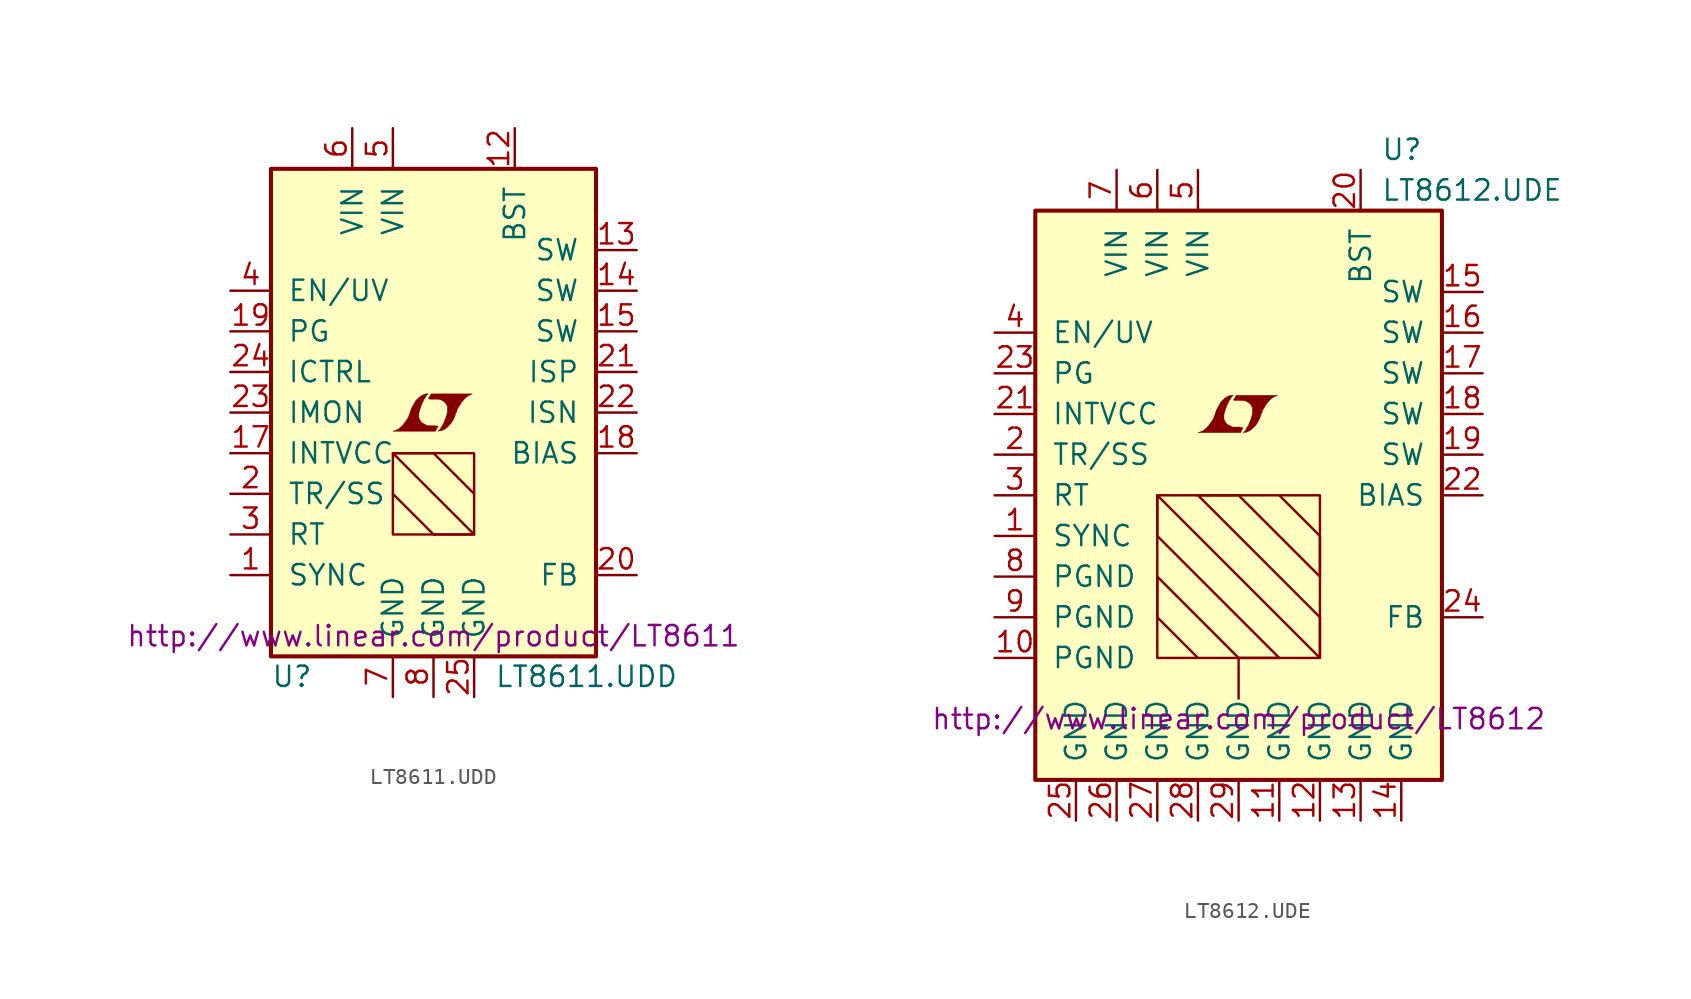
<source format=kicad_sym>
(kicad_symbol_lib
  (version 20201005)
  (generator kicad_symbol_editor)
  (symbol "LT8611.UDD"
    (pin_names
      (offset 1.016))
    (property "Reference" "U"
      (at -10.16 -16.51 0)
      (effects (font (size 1.27 1.27)) (justify left)))
    (property "Value" "LT8611.UDD"
      (at 3.81 -16.51 0)
      (effects (font (size 1.27 1.27)) (justify left)))
    (property "Datasheet" "http://www.linear.com/product/LT8611"
      (at 0 -13.97 0)
      (effects (font (size 1.27 1.27))))
    (symbol "LT8611.UDD_0_0"
      (polyline (pts (xy 0.203 -0.991) (xy 0.229 -0.965) (xy 0.279 -0.864) (xy 0.279 -0.838) (xy 0.152 -0.838) (xy 0.051 -0.813) (xy -0.406 -0.813) (xy -0.432 -0.787) (xy -0.686 -0.66) (xy -0.787 -0.559) (xy -0.864 -0.432) (xy -0.914 -0.33) (xy -0.914 -0.025) (xy -0.864 0.127) (xy -0.838 0.229) (xy -0.813 0.305) (xy -0.762 0.432) (xy -0.711 0.584) (xy -0.635 0.711) (xy -0.584 0.838) (xy -0.508 0.94) (xy -0.457 1.041) (xy -0.33 1.168) (xy -0.508 1.168) (xy -0.635 1.118) (xy -0.737 1.067) (xy -0.813 1.016) (xy -0.94 0.914) (xy -1.118 0.737) (xy -1.372 0.279) (xy -1.473 0) (xy -1.473 -0.051) (xy -1.524 -0.152) (xy -1.575 -0.279) (xy -1.626 -0.381) (xy -1.753 -0.559) (xy -1.905 -0.762) (xy -2.057 -0.914) (xy -2.21 -1.041) (xy -2.388 -1.118) (xy -2.54 -1.168) (xy 0.127 -1.168) (xy 0.203 -0.991)) (stroke (width 0.025)) (fill (type outline)))
      (polyline (pts (xy 0.406 -1.143) (xy 0.483 -1.143) (xy 0.66 -1.067) (xy 0.813 -0.965) (xy 1.092 -0.686) (xy 1.219 -0.483) (xy 1.321 -0.279) (xy 1.397 -0.025) (xy 1.422 -0.025) (xy 1.499 0.229) (xy 1.753 0.635) (xy 1.905 0.813) (xy 2.057 0.965) (xy 2.21 1.067) (xy 2.388 1.143) (xy 2.413 1.143) (xy 2.413 1.168) (xy -0.152 1.168) (xy -0.229 1.016) (xy -0.254 0.991) (xy -0.305 0.889) (xy -0.33 0.864) (xy -0.279 0.864) (xy -0.229 0.838) (xy 0.305 0.838) (xy 0.356 0.813) (xy 0.406 0.813) (xy 0.483 0.787) (xy 0.61 0.711) (xy 0.737 0.61) (xy 0.813 0.483) (xy 0.838 0.432) (xy 0.864 0.406) (xy 0.864 0) (xy 0.838 -0.051) (xy 0.838 -0.127) (xy 0.787 -0.229) (xy 0.762 -0.356) (xy 0.686 -0.508) (xy 0.635 -0.66) (xy 0.483 -0.914) (xy 0.432 -1.016) (xy 0.279 -1.168) (xy 0.406 -1.143)) (stroke (width 0.025)) (fill (type outline))))
    (symbol "LT8611.UDD_0_1"
      (rectangle (start -10.16 15.24) (end 10.16 -15.24) (stroke (width 0.254)) (fill (type background)))
      (rectangle (start -2.54 -2.54) (end 2.54 -7.62) (stroke (width 0)) (fill (type none)))
      (polyline (pts (xy -2.54 -5.08) (xy 0 -7.62) (xy 2.54 -7.62) (xy -2.54 -2.54) (xy 0 -2.54) (xy 2.54 -5.08)) (stroke (width 0)) (fill (type none))))
    (symbol "LT8611.UDD_1_1"
      (pin input line (at -12.7 -10.16 0) (length 2.54) (name "SYNC" (effects (font (size 1.27 1.27)))) (number "1" (effects (font (size 1.27 1.27)))))
      (pin unconnected line (at -12.7 10.16 0) (length 2.54) hide (name "NC" (effects (font (size 1.27 1.27)))) (number "10" (effects (font (size 1.27 1.27)))))
      (pin unconnected line (at 0 17.78 270) (length 2.54) hide (name "NC" (effects (font (size 1.27 1.27)))) (number "11" (effects (font (size 1.27 1.27)))))
      (pin passive line (at 5.08 17.78 270) (length 2.54) (name "BST" (effects (font (size 1.27 1.27)))) (number "12" (effects (font (size 1.27 1.27)))))
      (pin unconnected line (at 2.54 17.78 270) (length 2.54) hide (name "NC" (effects (font (size 1.27 1.27)))) (number "12" (effects (font (size 1.27 1.27)))))
      (pin passive line (at 12.7 10.16 180) (length 2.54) (name "SW" (effects (font (size 1.27 1.27)))) (number "13" (effects (font (size 1.27 1.27)))))
      (pin passive line (at 12.7 7.62 180) (length 2.54) (name "SW" (effects (font (size 1.27 1.27)))) (number "14" (effects (font (size 1.27 1.27)))))
      (pin passive line (at 12.7 5.08 180) (length 2.54) (name "SW" (effects (font (size 1.27 1.27)))) (number "15" (effects (font (size 1.27 1.27)))))
      (pin passive line (at -12.7 -2.54 0) (length 2.54) (name "INTVCC" (effects (font (size 1.27 1.27)))) (number "17" (effects (font (size 1.27 1.27)))))
      (pin passive line (at 12.7 -2.54 180) (length 2.54) (name "BIAS" (effects (font (size 1.27 1.27)))) (number "18" (effects (font (size 1.27 1.27)))))
      (pin open_collector line (at -12.7 5.08 0) (length 2.54) (name "PG" (effects (font (size 1.27 1.27)))) (number "19" (effects (font (size 1.27 1.27)))))
      (pin passive line (at -12.7 -5.08 0) (length 2.54) (name "TR/SS" (effects (font (size 1.27 1.27)))) (number "2" (effects (font (size 1.27 1.27)))))
      (pin input line (at 12.7 -10.16 180) (length 2.54) (name "FB" (effects (font (size 1.27 1.27)))) (number "20" (effects (font (size 1.27 1.27)))))
      (pin passive line (at 12.7 2.54 180) (length 2.54) (name "ISP" (effects (font (size 1.27 1.27)))) (number "21" (effects (font (size 1.27 1.27)))))
      (pin passive line (at 12.7 0 180) (length 2.54) (name "ISN" (effects (font (size 1.27 1.27)))) (number "22" (effects (font (size 1.27 1.27)))))
      (pin passive line (at -12.7 0 0) (length 2.54) (name "IMON" (effects (font (size 1.27 1.27)))) (number "23" (effects (font (size 1.27 1.27)))))
      (pin passive line (at -12.7 2.54 0) (length 2.54) (name "ICTRL" (effects (font (size 1.27 1.27)))) (number "24" (effects (font (size 1.27 1.27)))))
      (pin power_in line (at 2.54 -17.78 90) (length 2.54) (name "GND" (effects (font (size 1.27 1.27)))) (number "25" (effects (font (size 1.27 1.27)))))
      (pin passive line (at -12.7 -7.62 0) (length 2.54) (name "RT" (effects (font (size 1.27 1.27)))) (number "3" (effects (font (size 1.27 1.27)))))
      (pin input line (at -12.7 7.62 0) (length 2.54) (name "EN/UV" (effects (font (size 1.27 1.27)))) (number "4" (effects (font (size 1.27 1.27)))))
      (pin power_in line (at -2.54 17.78 270) (length 2.54) (name "VIN" (effects (font (size 1.27 1.27)))) (number "5" (effects (font (size 1.27 1.27)))))
      (pin power_in line (at -5.08 17.78 270) (length 2.54) (name "VIN" (effects (font (size 1.27 1.27)))) (number "6" (effects (font (size 1.27 1.27)))))
      (pin power_in line (at -2.54 -17.78 90) (length 2.54) (name "GND" (effects (font (size 1.27 1.27)))) (number "7" (effects (font (size 1.27 1.27)))))
      (pin power_in line (at 0 -17.78 90) (length 2.54) (name "GND" (effects (font (size 1.27 1.27)))) (number "8" (effects (font (size 1.27 1.27)))))
      (pin unconnected line (at -12.7 12.7 0) (length 2.54) hide (name "NC" (effects (font (size 1.27 1.27)))) (number "9" (effects (font (size 1.27 1.27)))))))
  (symbol "LT8612.UDE"
    (pin_names
      (offset 1.016))
    (property "Reference" "U"
      (at 8.89 21.59 0)
      (effects (font (size 1.27 1.27)) (justify left)))
    (property "Value" "LT8612.UDE"
      (at 8.89 19.05 0)
      (effects (font (size 1.27 1.27)) (justify left)))
    (property "Datasheet" "http://www.linear.com/product/LT8612"
      (at 0 -13.97 0)
      (effects (font (size 1.27 1.27))))
    (symbol "LT8612.UDE_0_0"
      (polyline (pts (xy 0.203 4.089) (xy 0.229 4.115) (xy 0.279 4.216) (xy 0.279 4.242) (xy 0.152 4.242) (xy 0.051 4.267) (xy -0.406 4.267) (xy -0.432 4.293) (xy -0.686 4.42) (xy -0.787 4.521) (xy -0.864 4.648) (xy -0.914 4.75) (xy -0.914 5.055) (xy -0.864 5.207) (xy -0.838 5.309) (xy -0.813 5.385) (xy -0.762 5.512) (xy -0.711 5.664) (xy -0.635 5.791) (xy -0.584 5.918) (xy -0.508 6.02) (xy -0.457 6.121) (xy -0.33 6.248) (xy -0.508 6.248) (xy -0.635 6.198) (xy -0.737 6.147) (xy -0.813 6.096) (xy -0.94 5.994) (xy -1.118 5.817) (xy -1.372 5.359) (xy -1.473 5.08) (xy -1.473 5.029) (xy -1.524 4.928) (xy -1.575 4.801) (xy -1.626 4.699) (xy -1.753 4.521) (xy -1.905 4.318) (xy -2.057 4.166) (xy -2.21 4.039) (xy -2.388 3.962) (xy -2.54 3.912) (xy 0.127 3.912) (xy 0.203 4.089)) (stroke (width 0.025)) (fill (type outline)))
      (polyline (pts (xy 0.406 3.937) (xy 0.483 3.937) (xy 0.66 4.013) (xy 0.813 4.115) (xy 1.092 4.394) (xy 1.219 4.597) (xy 1.321 4.801) (xy 1.397 5.055) (xy 1.422 5.055) (xy 1.499 5.309) (xy 1.753 5.715) (xy 1.905 5.893) (xy 2.057 6.045) (xy 2.21 6.147) (xy 2.388 6.223) (xy 2.413 6.223) (xy 2.413 6.248) (xy -0.152 6.248) (xy -0.229 6.096) (xy -0.254 6.071) (xy -0.305 5.969) (xy -0.33 5.944) (xy -0.279 5.944) (xy -0.229 5.918) (xy 0.305 5.918) (xy 0.356 5.893) (xy 0.406 5.893) (xy 0.483 5.867) (xy 0.61 5.791) (xy 0.737 5.69) (xy 0.813 5.563) (xy 0.838 5.512) (xy 0.864 5.486) (xy 0.864 5.08) (xy 0.838 5.029) (xy 0.838 4.953) (xy 0.787 4.851) (xy 0.762 4.724) (xy 0.686 4.572) (xy 0.635 4.42) (xy 0.483 4.166) (xy 0.432 4.064) (xy 0.279 3.912) (xy 0.406 3.937)) (stroke (width 0.025)) (fill (type outline))))
    (symbol "LT8612.UDE_0_1"
      (rectangle (start -12.7 17.78) (end 12.7 -17.78) (stroke (width 0.254)) (fill (type background)))
      (rectangle (start -5.08 0) (end 5.08 -10.16) (stroke (width 0)) (fill (type none)))
      (polyline (pts (xy 0 -10.16) (xy 0 -12.7)) (stroke (width 0)) (fill (type none)))
      (polyline (pts (xy -2.54 -10.16) (xy -5.08 -7.62) (xy -5.08 -5.08) (xy 0 -10.16) (xy 2.54 -10.16) (xy -5.08 -2.54) (xy -5.08 0) (xy 5.08 -10.16) (xy 5.08 -7.62) (xy -2.54 0) (xy 0 0) (xy 5.08 -5.08) (xy 5.08 -2.54) (xy 2.54 0)) (stroke (width 0)) (fill (type none))))
    (symbol "LT8612.UDE_1_1"
      (pin input line (at -15.24 -2.54 0) (length 2.54) (name "SYNC" (effects (font (size 1.27 1.27)))) (number "1" (effects (font (size 1.27 1.27)))))
      (pin power_in line (at -15.24 -10.16 0) (length 2.54) (name "PGND" (effects (font (size 1.27 1.27)))) (number "10" (effects (font (size 1.27 1.27)))))
      (pin power_in line (at 2.54 -20.32 90) (length 2.54) (name "GND" (effects (font (size 1.27 1.27)))) (number "11" (effects (font (size 1.27 1.27)))))
      (pin power_in line (at 5.08 -20.32 90) (length 2.54) (name "GND" (effects (font (size 1.27 1.27)))) (number "12" (effects (font (size 1.27 1.27)))))
      (pin power_in line (at 7.62 -20.32 90) (length 2.54) (name "GND" (effects (font (size 1.27 1.27)))) (number "13" (effects (font (size 1.27 1.27)))))
      (pin power_in line (at 10.16 -20.32 90) (length 2.54) (name "GND" (effects (font (size 1.27 1.27)))) (number "14" (effects (font (size 1.27 1.27)))))
      (pin passive line (at 15.24 12.7 180) (length 2.54) (name "SW" (effects (font (size 1.27 1.27)))) (number "15" (effects (font (size 1.27 1.27)))))
      (pin passive line (at 15.24 10.16 180) (length 2.54) (name "SW" (effects (font (size 1.27 1.27)))) (number "16" (effects (font (size 1.27 1.27)))))
      (pin passive line (at 15.24 7.62 180) (length 2.54) (name "SW" (effects (font (size 1.27 1.27)))) (number "17" (effects (font (size 1.27 1.27)))))
      (pin passive line (at 15.24 5.08 180) (length 2.54) (name "SW" (effects (font (size 1.27 1.27)))) (number "18" (effects (font (size 1.27 1.27)))))
      (pin passive line (at 15.24 2.54 180) (length 2.54) (name "SW" (effects (font (size 1.27 1.27)))) (number "19" (effects (font (size 1.27 1.27)))))
      (pin passive line (at -15.24 2.54 0) (length 2.54) (name "TR/SS" (effects (font (size 1.27 1.27)))) (number "2" (effects (font (size 1.27 1.27)))))
      (pin passive line (at 7.62 20.32 270) (length 2.54) (name "BST" (effects (font (size 1.27 1.27)))) (number "20" (effects (font (size 1.27 1.27)))))
      (pin passive line (at -15.24 5.08 0) (length 2.54) (name "INTVCC" (effects (font (size 1.27 1.27)))) (number "21" (effects (font (size 1.27 1.27)))))
      (pin passive line (at 15.24 0 180) (length 2.54) (name "BIAS" (effects (font (size 1.27 1.27)))) (number "22" (effects (font (size 1.27 1.27)))))
      (pin open_collector line (at -15.24 7.62 0) (length 2.54) (name "PG" (effects (font (size 1.27 1.27)))) (number "23" (effects (font (size 1.27 1.27)))))
      (pin input line (at 15.24 -7.62 180) (length 2.54) (name "FB" (effects (font (size 1.27 1.27)))) (number "24" (effects (font (size 1.27 1.27)))))
      (pin power_in line (at -10.16 -20.32 90) (length 2.54) (name "GND" (effects (font (size 1.27 1.27)))) (number "25" (effects (font (size 1.27 1.27)))))
      (pin power_in line (at -7.62 -20.32 90) (length 2.54) (name "GND" (effects (font (size 1.27 1.27)))) (number "26" (effects (font (size 1.27 1.27)))))
      (pin power_in line (at -5.08 -20.32 90) (length 2.54) (name "GND" (effects (font (size 1.27 1.27)))) (number "27" (effects (font (size 1.27 1.27)))))
      (pin power_in line (at -2.54 -20.32 90) (length 2.54) (name "GND" (effects (font (size 1.27 1.27)))) (number "28" (effects (font (size 1.27 1.27)))))
      (pin power_in line (at 0 -20.32 90) (length 2.54) (name "GND" (effects (font (size 1.27 1.27)))) (number "29" (effects (font (size 1.27 1.27)))))
      (pin passive line (at -15.24 0 0) (length 2.54) (name "RT" (effects (font (size 1.27 1.27)))) (number "3" (effects (font (size 1.27 1.27)))))
      (pin input line (at -15.24 10.16 0) (length 2.54) (name "EN/UV" (effects (font (size 1.27 1.27)))) (number "4" (effects (font (size 1.27 1.27)))))
      (pin power_in line (at -2.54 20.32 270) (length 2.54) (name "VIN" (effects (font (size 1.27 1.27)))) (number "5" (effects (font (size 1.27 1.27)))))
      (pin power_in line (at -5.08 20.32 270) (length 2.54) (name "VIN" (effects (font (size 1.27 1.27)))) (number "6" (effects (font (size 1.27 1.27)))))
      (pin power_in line (at -7.62 20.32 270) (length 2.54) (name "VIN" (effects (font (size 1.27 1.27)))) (number "7" (effects (font (size 1.27 1.27)))))
      (pin power_in line (at -15.24 -5.08 0) (length 2.54) (name "PGND" (effects (font (size 1.27 1.27)))) (number "8" (effects (font (size 1.27 1.27)))))
      (pin power_in line (at -15.24 -7.62 0) (length 2.54) (name "PGND" (effects (font (size 1.27 1.27)))) (number "9" (effects (font (size 1.27 1.27))))))))
</source>
